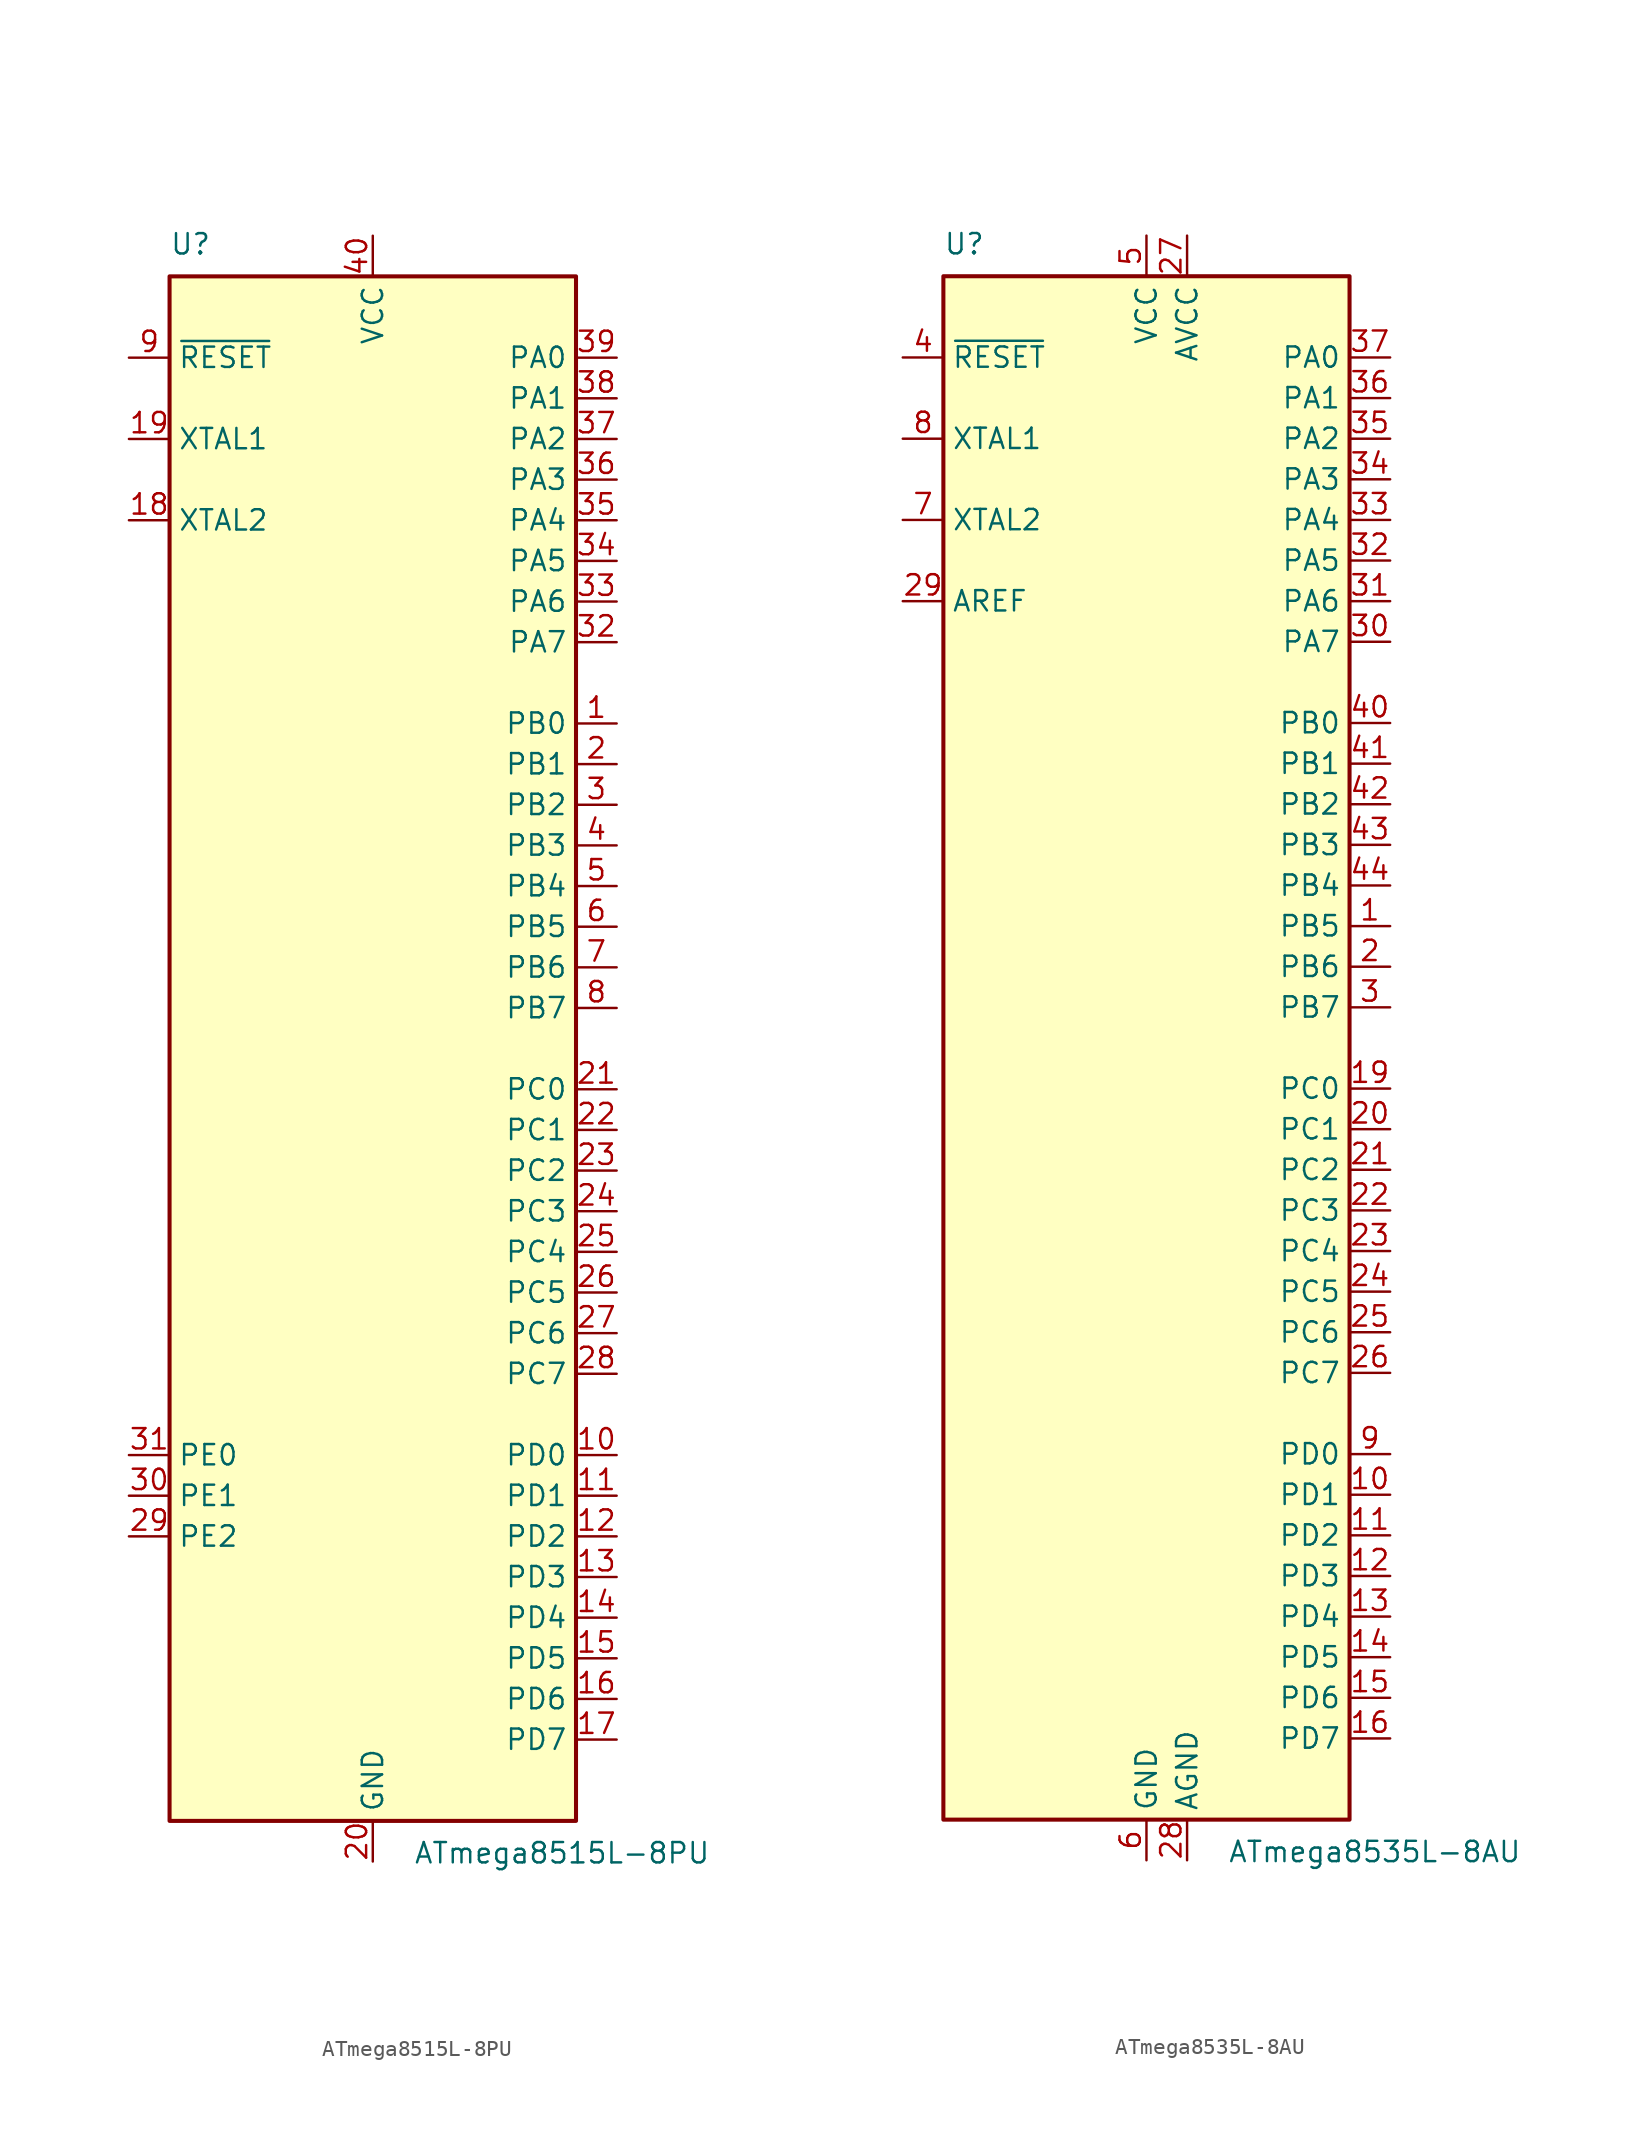
<source format=kicad_sym>
(kicad_symbol_lib
  (version 20201005)
  (generator kicad_symbol_editor)
  (symbol "ATmega8515L-8PU"
    (property "Reference" "U"
      (at -12.7 49.53 0)
      (effects (font (size 1.27 1.27)) (justify left bottom)))
    (property "Value" "ATmega8515L-8PU"
      (at 2.54 -49.53 0)
      (effects (font (size 1.27 1.27)) (justify left top)))
    (symbol "ATmega8515L-8PU_0_1"
      (rectangle (start -12.7 -48.26) (end 12.7 48.26) (stroke (width 0.254)) (fill (type background))))
    (symbol "ATmega8515L-8PU_1_1"
      (pin tri_state line (at 15.24 20.32 180) (length 2.54) (name "PB0" (effects (font (size 1.27 1.27)))) (number "1" (effects (font (size 1.27 1.27)))))
      (pin tri_state line (at 15.24 -25.4 180) (length 2.54) (name "PD0" (effects (font (size 1.27 1.27)))) (number "10" (effects (font (size 1.27 1.27)))))
      (pin tri_state line (at 15.24 -27.94 180) (length 2.54) (name "PD1" (effects (font (size 1.27 1.27)))) (number "11" (effects (font (size 1.27 1.27)))))
      (pin tri_state line (at 15.24 -30.48 180) (length 2.54) (name "PD2" (effects (font (size 1.27 1.27)))) (number "12" (effects (font (size 1.27 1.27)))))
      (pin tri_state line (at 15.24 -33.02 180) (length 2.54) (name "PD3" (effects (font (size 1.27 1.27)))) (number "13" (effects (font (size 1.27 1.27)))))
      (pin tri_state line (at 15.24 -35.56 180) (length 2.54) (name "PD4" (effects (font (size 1.27 1.27)))) (number "14" (effects (font (size 1.27 1.27)))))
      (pin tri_state line (at 15.24 -38.1 180) (length 2.54) (name "PD5" (effects (font (size 1.27 1.27)))) (number "15" (effects (font (size 1.27 1.27)))))
      (pin tri_state line (at 15.24 -40.64 180) (length 2.54) (name "PD6" (effects (font (size 1.27 1.27)))) (number "16" (effects (font (size 1.27 1.27)))))
      (pin tri_state line (at 15.24 -43.18 180) (length 2.54) (name "PD7" (effects (font (size 1.27 1.27)))) (number "17" (effects (font (size 1.27 1.27)))))
      (pin output line (at -15.24 33.02 0) (length 2.54) (name "XTAL2" (effects (font (size 1.27 1.27)))) (number "18" (effects (font (size 1.27 1.27)))))
      (pin input line (at -15.24 38.1 0) (length 2.54) (name "XTAL1" (effects (font (size 1.27 1.27)))) (number "19" (effects (font (size 1.27 1.27)))))
      (pin tri_state line (at 15.24 17.78 180) (length 2.54) (name "PB1" (effects (font (size 1.27 1.27)))) (number "2" (effects (font (size 1.27 1.27)))))
      (pin power_in line (at 0 -50.8 90) (length 2.54) (name "GND" (effects (font (size 1.27 1.27)))) (number "20" (effects (font (size 1.27 1.27)))))
      (pin tri_state line (at 15.24 -2.54 180) (length 2.54) (name "PC0" (effects (font (size 1.27 1.27)))) (number "21" (effects (font (size 1.27 1.27)))))
      (pin tri_state line (at 15.24 -5.08 180) (length 2.54) (name "PC1" (effects (font (size 1.27 1.27)))) (number "22" (effects (font (size 1.27 1.27)))))
      (pin tri_state line (at 15.24 -7.62 180) (length 2.54) (name "PC2" (effects (font (size 1.27 1.27)))) (number "23" (effects (font (size 1.27 1.27)))))
      (pin tri_state line (at 15.24 -10.16 180) (length 2.54) (name "PC3" (effects (font (size 1.27 1.27)))) (number "24" (effects (font (size 1.27 1.27)))))
      (pin tri_state line (at 15.24 -12.7 180) (length 2.54) (name "PC4" (effects (font (size 1.27 1.27)))) (number "25" (effects (font (size 1.27 1.27)))))
      (pin tri_state line (at 15.24 -15.24 180) (length 2.54) (name "PC5" (effects (font (size 1.27 1.27)))) (number "26" (effects (font (size 1.27 1.27)))))
      (pin tri_state line (at 15.24 -17.78 180) (length 2.54) (name "PC6" (effects (font (size 1.27 1.27)))) (number "27" (effects (font (size 1.27 1.27)))))
      (pin tri_state line (at 15.24 -20.32 180) (length 2.54) (name "PC7" (effects (font (size 1.27 1.27)))) (number "28" (effects (font (size 1.27 1.27)))))
      (pin tri_state line (at -15.24 -30.48 0) (length 2.54) (name "PE2" (effects (font (size 1.27 1.27)))) (number "29" (effects (font (size 1.27 1.27)))))
      (pin tri_state line (at 15.24 15.24 180) (length 2.54) (name "PB2" (effects (font (size 1.27 1.27)))) (number "3" (effects (font (size 1.27 1.27)))))
      (pin tri_state line (at -15.24 -27.94 0) (length 2.54) (name "PE1" (effects (font (size 1.27 1.27)))) (number "30" (effects (font (size 1.27 1.27)))))
      (pin tri_state line (at -15.24 -25.4 0) (length 2.54) (name "PE0" (effects (font (size 1.27 1.27)))) (number "31" (effects (font (size 1.27 1.27)))))
      (pin tri_state line (at 15.24 25.4 180) (length 2.54) (name "PA7" (effects (font (size 1.27 1.27)))) (number "32" (effects (font (size 1.27 1.27)))))
      (pin tri_state line (at 15.24 27.94 180) (length 2.54) (name "PA6" (effects (font (size 1.27 1.27)))) (number "33" (effects (font (size 1.27 1.27)))))
      (pin tri_state line (at 15.24 30.48 180) (length 2.54) (name "PA5" (effects (font (size 1.27 1.27)))) (number "34" (effects (font (size 1.27 1.27)))))
      (pin tri_state line (at 15.24 33.02 180) (length 2.54) (name "PA4" (effects (font (size 1.27 1.27)))) (number "35" (effects (font (size 1.27 1.27)))))
      (pin tri_state line (at 15.24 35.56 180) (length 2.54) (name "PA3" (effects (font (size 1.27 1.27)))) (number "36" (effects (font (size 1.27 1.27)))))
      (pin tri_state line (at 15.24 38.1 180) (length 2.54) (name "PA2" (effects (font (size 1.27 1.27)))) (number "37" (effects (font (size 1.27 1.27)))))
      (pin tri_state line (at 15.24 40.64 180) (length 2.54) (name "PA1" (effects (font (size 1.27 1.27)))) (number "38" (effects (font (size 1.27 1.27)))))
      (pin tri_state line (at 15.24 43.18 180) (length 2.54) (name "PA0" (effects (font (size 1.27 1.27)))) (number "39" (effects (font (size 1.27 1.27)))))
      (pin tri_state line (at 15.24 12.7 180) (length 2.54) (name "PB3" (effects (font (size 1.27 1.27)))) (number "4" (effects (font (size 1.27 1.27)))))
      (pin power_in line (at 0 50.8 270) (length 2.54) (name "VCC" (effects (font (size 1.27 1.27)))) (number "40" (effects (font (size 1.27 1.27)))))
      (pin tri_state line (at 15.24 10.16 180) (length 2.54) (name "PB4" (effects (font (size 1.27 1.27)))) (number "5" (effects (font (size 1.27 1.27)))))
      (pin tri_state line (at 15.24 7.62 180) (length 2.54) (name "PB5" (effects (font (size 1.27 1.27)))) (number "6" (effects (font (size 1.27 1.27)))))
      (pin tri_state line (at 15.24 5.08 180) (length 2.54) (name "PB6" (effects (font (size 1.27 1.27)))) (number "7" (effects (font (size 1.27 1.27)))))
      (pin tri_state line (at 15.24 2.54 180) (length 2.54) (name "PB7" (effects (font (size 1.27 1.27)))) (number "8" (effects (font (size 1.27 1.27)))))
      (pin input line (at -15.24 43.18 0) (length 2.54) (name "~RESET" (effects (font (size 1.27 1.27)))) (number "9" (effects (font (size 1.27 1.27)))))))
  (symbol "ATmega8535L-8AU"
    (property "Reference" "U"
      (at -12.7 49.53 0)
      (effects (font (size 1.27 1.27)) (justify left bottom)))
    (property "Value" "ATmega8535L-8AU"
      (at 5.08 -49.53 0)
      (effects (font (size 1.27 1.27)) (justify left top)))
    (symbol "ATmega8535L-8AU_0_1"
      (rectangle (start -12.7 -48.26) (end 12.7 48.26) (stroke (width 0.254)) (fill (type background))))
    (symbol "ATmega8535L-8AU_1_1"
      (pin tri_state line (at 15.24 7.62 180) (length 2.54) (name "PB5" (effects (font (size 1.27 1.27)))) (number "1" (effects (font (size 1.27 1.27)))))
      (pin tri_state line (at 15.24 -27.94 180) (length 2.54) (name "PD1" (effects (font (size 1.27 1.27)))) (number "10" (effects (font (size 1.27 1.27)))))
      (pin tri_state line (at 15.24 -30.48 180) (length 2.54) (name "PD2" (effects (font (size 1.27 1.27)))) (number "11" (effects (font (size 1.27 1.27)))))
      (pin tri_state line (at 15.24 -33.02 180) (length 2.54) (name "PD3" (effects (font (size 1.27 1.27)))) (number "12" (effects (font (size 1.27 1.27)))))
      (pin tri_state line (at 15.24 -35.56 180) (length 2.54) (name "PD4" (effects (font (size 1.27 1.27)))) (number "13" (effects (font (size 1.27 1.27)))))
      (pin tri_state line (at 15.24 -38.1 180) (length 2.54) (name "PD5" (effects (font (size 1.27 1.27)))) (number "14" (effects (font (size 1.27 1.27)))))
      (pin tri_state line (at 15.24 -40.64 180) (length 2.54) (name "PD6" (effects (font (size 1.27 1.27)))) (number "15" (effects (font (size 1.27 1.27)))))
      (pin tri_state line (at 15.24 -43.18 180) (length 2.54) (name "PD7" (effects (font (size 1.27 1.27)))) (number "16" (effects (font (size 1.27 1.27)))))
      (pin passive line (at 0 50.8 270) (length 2.54) hide (name "VCC" (effects (font (size 1.27 1.27)))) (number "17" (effects (font (size 1.27 1.27)))))
      (pin passive line (at 0 -50.8 90) (length 2.54) hide (name "GND" (effects (font (size 1.27 1.27)))) (number "18" (effects (font (size 1.27 1.27)))))
      (pin tri_state line (at 15.24 -2.54 180) (length 2.54) (name "PC0" (effects (font (size 1.27 1.27)))) (number "19" (effects (font (size 1.27 1.27)))))
      (pin tri_state line (at 15.24 5.08 180) (length 2.54) (name "PB6" (effects (font (size 1.27 1.27)))) (number "2" (effects (font (size 1.27 1.27)))))
      (pin tri_state line (at 15.24 -5.08 180) (length 2.54) (name "PC1" (effects (font (size 1.27 1.27)))) (number "20" (effects (font (size 1.27 1.27)))))
      (pin tri_state line (at 15.24 -7.62 180) (length 2.54) (name "PC2" (effects (font (size 1.27 1.27)))) (number "21" (effects (font (size 1.27 1.27)))))
      (pin tri_state line (at 15.24 -10.16 180) (length 2.54) (name "PC3" (effects (font (size 1.27 1.27)))) (number "22" (effects (font (size 1.27 1.27)))))
      (pin tri_state line (at 15.24 -12.7 180) (length 2.54) (name "PC4" (effects (font (size 1.27 1.27)))) (number "23" (effects (font (size 1.27 1.27)))))
      (pin tri_state line (at 15.24 -15.24 180) (length 2.54) (name "PC5" (effects (font (size 1.27 1.27)))) (number "24" (effects (font (size 1.27 1.27)))))
      (pin tri_state line (at 15.24 -17.78 180) (length 2.54) (name "PC6" (effects (font (size 1.27 1.27)))) (number "25" (effects (font (size 1.27 1.27)))))
      (pin tri_state line (at 15.24 -20.32 180) (length 2.54) (name "PC7" (effects (font (size 1.27 1.27)))) (number "26" (effects (font (size 1.27 1.27)))))
      (pin power_in line (at 2.54 50.8 270) (length 2.54) (name "AVCC" (effects (font (size 1.27 1.27)))) (number "27" (effects (font (size 1.27 1.27)))))
      (pin power_in line (at 2.54 -50.8 90) (length 2.54) (name "AGND" (effects (font (size 1.27 1.27)))) (number "28" (effects (font (size 1.27 1.27)))))
      (pin passive line (at -15.24 27.94 0) (length 2.54) (name "AREF" (effects (font (size 1.27 1.27)))) (number "29" (effects (font (size 1.27 1.27)))))
      (pin tri_state line (at 15.24 2.54 180) (length 2.54) (name "PB7" (effects (font (size 1.27 1.27)))) (number "3" (effects (font (size 1.27 1.27)))))
      (pin tri_state line (at 15.24 25.4 180) (length 2.54) (name "PA7" (effects (font (size 1.27 1.27)))) (number "30" (effects (font (size 1.27 1.27)))))
      (pin tri_state line (at 15.24 27.94 180) (length 2.54) (name "PA6" (effects (font (size 1.27 1.27)))) (number "31" (effects (font (size 1.27 1.27)))))
      (pin tri_state line (at 15.24 30.48 180) (length 2.54) (name "PA5" (effects (font (size 1.27 1.27)))) (number "32" (effects (font (size 1.27 1.27)))))
      (pin tri_state line (at 15.24 33.02 180) (length 2.54) (name "PA4" (effects (font (size 1.27 1.27)))) (number "33" (effects (font (size 1.27 1.27)))))
      (pin tri_state line (at 15.24 35.56 180) (length 2.54) (name "PA3" (effects (font (size 1.27 1.27)))) (number "34" (effects (font (size 1.27 1.27)))))
      (pin tri_state line (at 15.24 38.1 180) (length 2.54) (name "PA2" (effects (font (size 1.27 1.27)))) (number "35" (effects (font (size 1.27 1.27)))))
      (pin tri_state line (at 15.24 40.64 180) (length 2.54) (name "PA1" (effects (font (size 1.27 1.27)))) (number "36" (effects (font (size 1.27 1.27)))))
      (pin tri_state line (at 15.24 43.18 180) (length 2.54) (name "PA0" (effects (font (size 1.27 1.27)))) (number "37" (effects (font (size 1.27 1.27)))))
      (pin passive line (at 0 50.8 270) (length 2.54) hide (name "VCC" (effects (font (size 1.27 1.27)))) (number "38" (effects (font (size 1.27 1.27)))))
      (pin passive line (at 0 -50.8 90) (length 2.54) hide (name "GND" (effects (font (size 1.27 1.27)))) (number "39" (effects (font (size 1.27 1.27)))))
      (pin input line (at -15.24 43.18 0) (length 2.54) (name "~RESET" (effects (font (size 1.27 1.27)))) (number "4" (effects (font (size 1.27 1.27)))))
      (pin tri_state line (at 15.24 20.32 180) (length 2.54) (name "PB0" (effects (font (size 1.27 1.27)))) (number "40" (effects (font (size 1.27 1.27)))))
      (pin tri_state line (at 15.24 17.78 180) (length 2.54) (name "PB1" (effects (font (size 1.27 1.27)))) (number "41" (effects (font (size 1.27 1.27)))))
      (pin tri_state line (at 15.24 15.24 180) (length 2.54) (name "PB2" (effects (font (size 1.27 1.27)))) (number "42" (effects (font (size 1.27 1.27)))))
      (pin tri_state line (at 15.24 12.7 180) (length 2.54) (name "PB3" (effects (font (size 1.27 1.27)))) (number "43" (effects (font (size 1.27 1.27)))))
      (pin tri_state line (at 15.24 10.16 180) (length 2.54) (name "PB4" (effects (font (size 1.27 1.27)))) (number "44" (effects (font (size 1.27 1.27)))))
      (pin power_in line (at 0 50.8 270) (length 2.54) (name "VCC" (effects (font (size 1.27 1.27)))) (number "5" (effects (font (size 1.27 1.27)))))
      (pin power_in line (at 0 -50.8 90) (length 2.54) (name "GND" (effects (font (size 1.27 1.27)))) (number "6" (effects (font (size 1.27 1.27)))))
      (pin output line (at -15.24 33.02 0) (length 2.54) (name "XTAL2" (effects (font (size 1.27 1.27)))) (number "7" (effects (font (size 1.27 1.27)))))
      (pin input line (at -15.24 38.1 0) (length 2.54) (name "XTAL1" (effects (font (size 1.27 1.27)))) (number "8" (effects (font (size 1.27 1.27)))))
      (pin tri_state line (at 15.24 -25.4 180) (length 2.54) (name "PD0" (effects (font (size 1.27 1.27)))) (number "9" (effects (font (size 1.27 1.27))))))))
</source>
